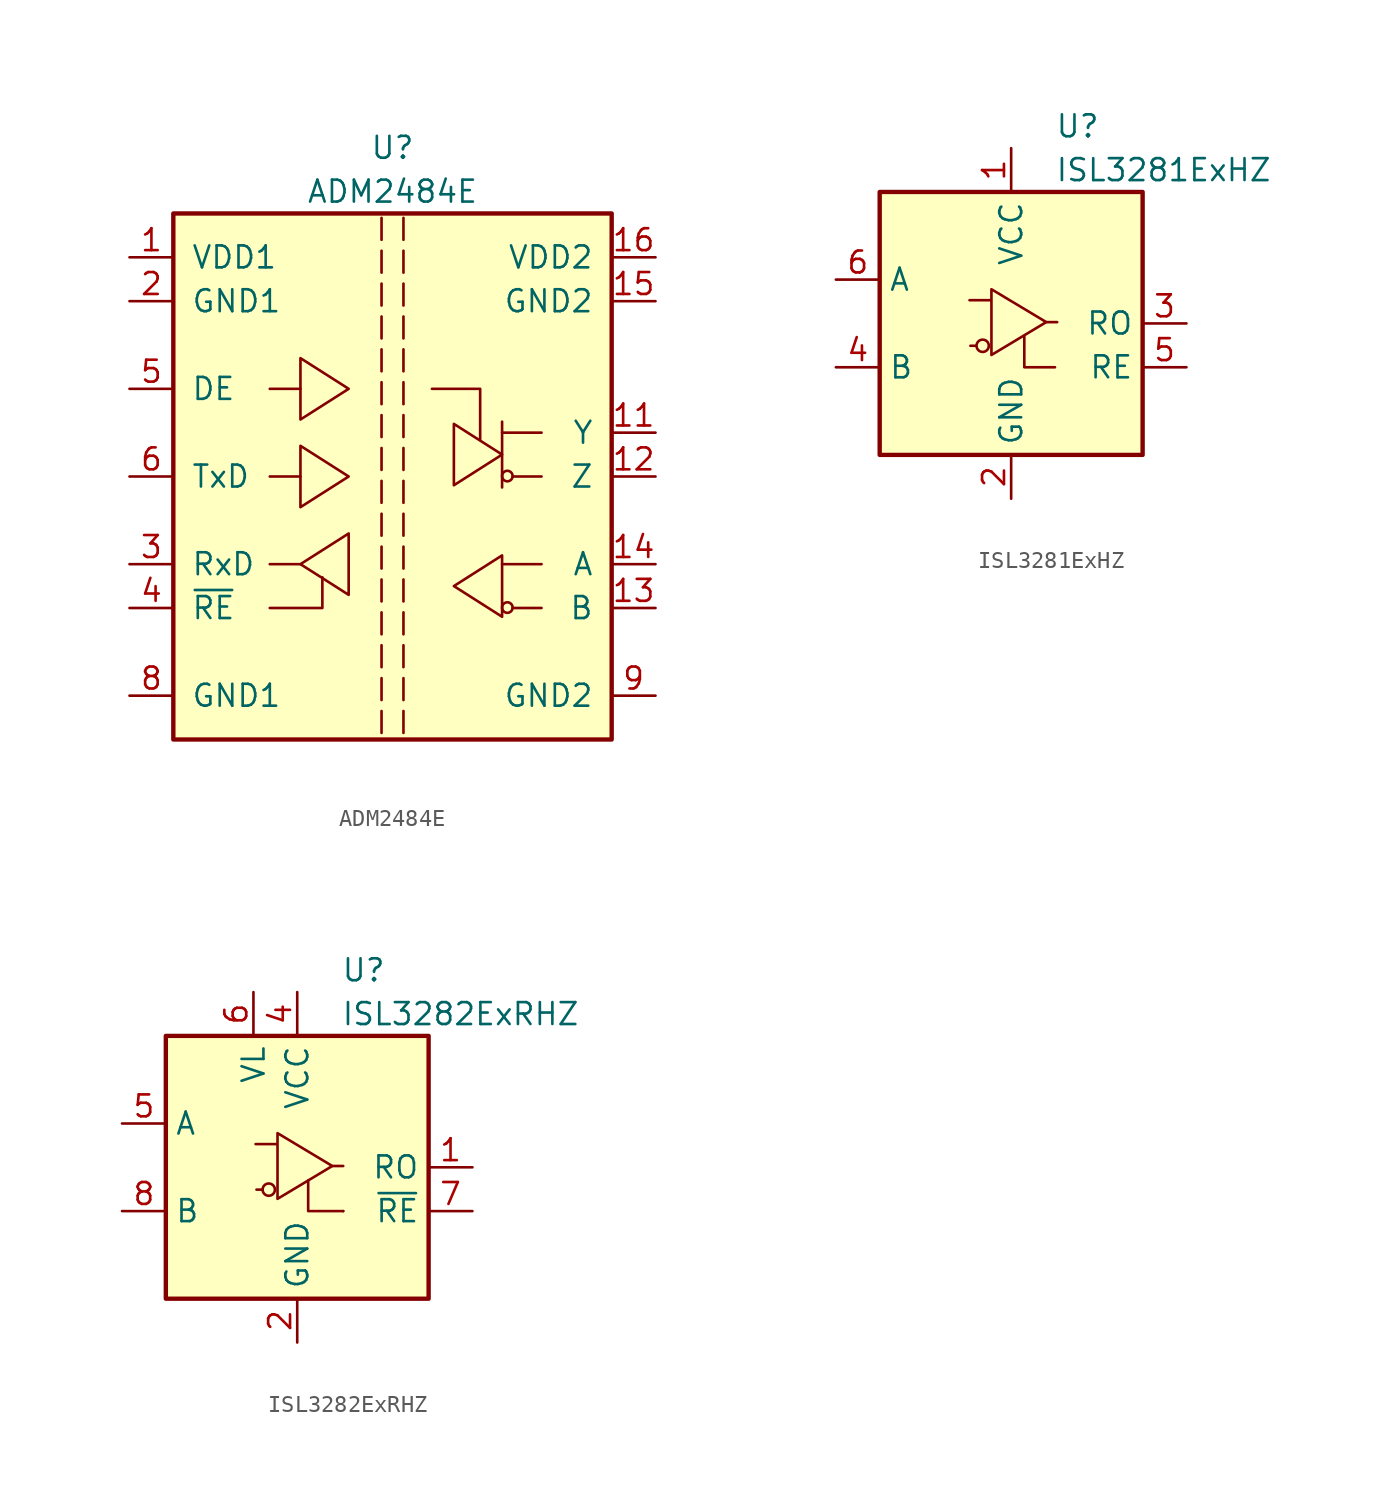
<source format=kicad_sym>
(kicad_symbol_lib
  (version 20200908)
  (generator kicad_symbol_editor)
  (symbol "Interface_UART:ADM2484E"
    (pin_names
      (offset 1.016))
    (property "Reference" "U"
      (at 0 19.05 0)
      (effects (font (size 1.27 1.27))))
    (property "Value" "ADM2484E"
      (at 0 16.51 0)
      (effects (font (size 1.27 1.27))))
    (symbol "ADM2484E_0_1"
      (circle (center 6.655 -7.595) (radius 0.305) (stroke (width 0)) (fill (type none)))
      (circle (center 6.655 0.025) (radius 0.305) (stroke (width 0)) (fill (type none)))
      (rectangle (start -12.7 15.24) (end 12.7 -15.24) (stroke (width 0.254)) (fill (type background)))
      (polyline (pts (xy -5.334 -5.08) (xy -7.112 -5.08)) (stroke (width 0)) (fill (type none)))
      (polyline (pts (xy -5.334 0) (xy -7.112 0)) (stroke (width 0)) (fill (type none)))
      (polyline (pts (xy -5.334 5.08) (xy -7.112 5.08)) (stroke (width 0)) (fill (type none)))
      (polyline (pts (xy 6.35 -5.08) (xy 8.636 -5.08)) (stroke (width 0)) (fill (type none)))
      (polyline (pts (xy 6.35 2.54) (xy 8.636 2.54)) (stroke (width 0)) (fill (type none)))
      (polyline (pts (xy 6.35 3.175) (xy 6.35 -0.635)) (stroke (width 0)) (fill (type none)))
      (polyline (pts (xy 6.96 -7.62) (xy 8.636 -7.62)) (stroke (width 0)) (fill (type none)))
      (polyline (pts (xy 6.96 0) (xy 8.636 0)) (stroke (width 0)) (fill (type none)))
      (polyline (pts (xy -7.112 -7.62) (xy -4.064 -7.62) (xy -4.064 -5.842)) (stroke (width 0)) (fill (type none)))
      (polyline (pts (xy 2.286 5.08) (xy 5.08 5.08) (xy 5.08 2.159)) (stroke (width 0)) (fill (type none)))
      (polyline (pts (xy -5.334 -5.08) (xy -2.54 -3.302) (xy -2.54 -6.858) (xy -5.334 -5.08)) (stroke (width 0)) (fill (type none)))
      (polyline (pts (xy -2.54 0) (xy -5.334 1.778) (xy -5.334 -1.778) (xy -2.54 0)) (stroke (width 0)) (fill (type none)))
      (polyline (pts (xy -2.54 5.08) (xy -5.334 6.858) (xy -5.334 3.302) (xy -2.54 5.08)) (stroke (width 0)) (fill (type none)))
      (polyline (pts (xy 3.556 -6.35) (xy 6.35 -4.572) (xy 6.35 -8.128) (xy 3.556 -6.35)) (stroke (width 0)) (fill (type none)))
      (polyline (pts (xy 6.35 1.27) (xy 3.556 3.048) (xy 3.556 -0.508) (xy 6.35 1.27)) (stroke (width 0)) (fill (type none))))
    (symbol "ADM2484E_0_0"
      (polyline (pts (xy -0.635 -13.589) (xy -0.635 -14.859)) (stroke (width 0)) (fill (type none)))
      (polyline (pts (xy -0.635 -11.684) (xy -0.635 -12.954)) (stroke (width 0)) (fill (type none)))
      (polyline (pts (xy -0.635 -9.779) (xy -0.635 -11.049)) (stroke (width 0)) (fill (type none)))
      (polyline (pts (xy -0.635 -7.874) (xy -0.635 -9.144)) (stroke (width 0)) (fill (type none)))
      (polyline (pts (xy -0.635 -5.969) (xy -0.635 -7.239)) (stroke (width 0)) (fill (type none)))
      (polyline (pts (xy -0.635 -4.064) (xy -0.635 -5.334)) (stroke (width 0)) (fill (type none)))
      (polyline (pts (xy -0.635 -2.159) (xy -0.635 -3.429)) (stroke (width 0)) (fill (type none)))
      (polyline (pts (xy -0.635 -0.254) (xy -0.635 -1.524)) (stroke (width 0)) (fill (type none)))
      (polyline (pts (xy -0.635 1.651) (xy -0.635 0.381)) (stroke (width 0)) (fill (type none)))
      (polyline (pts (xy -0.635 3.556) (xy -0.635 2.286)) (stroke (width 0)) (fill (type none)))
      (polyline (pts (xy -0.635 5.461) (xy -0.635 4.191)) (stroke (width 0)) (fill (type none)))
      (polyline (pts (xy -0.635 7.366) (xy -0.635 6.096)) (stroke (width 0)) (fill (type none)))
      (polyline (pts (xy -0.635 9.271) (xy -0.635 8.001)) (stroke (width 0)) (fill (type none)))
      (polyline (pts (xy -0.635 11.176) (xy -0.635 9.906)) (stroke (width 0)) (fill (type none)))
      (polyline (pts (xy -0.635 13.081) (xy -0.635 11.811)) (stroke (width 0)) (fill (type none)))
      (polyline (pts (xy -0.635 14.986) (xy -0.635 13.716)) (stroke (width 0)) (fill (type none)))
      (polyline (pts (xy 0.635 -13.589) (xy 0.635 -14.859)) (stroke (width 0)) (fill (type none)))
      (polyline (pts (xy 0.635 -11.684) (xy 0.635 -12.954)) (stroke (width 0)) (fill (type none)))
      (polyline (pts (xy 0.635 -9.779) (xy 0.635 -11.049)) (stroke (width 0)) (fill (type none)))
      (polyline (pts (xy 0.635 -7.874) (xy 0.635 -9.144)) (stroke (width 0)) (fill (type none)))
      (polyline (pts (xy 0.635 -5.969) (xy 0.635 -7.239)) (stroke (width 0)) (fill (type none)))
      (polyline (pts (xy 0.635 -4.064) (xy 0.635 -5.334)) (stroke (width 0)) (fill (type none)))
      (polyline (pts (xy 0.635 -2.159) (xy 0.635 -3.429)) (stroke (width 0)) (fill (type none)))
      (polyline (pts (xy 0.635 -0.254) (xy 0.635 -1.524)) (stroke (width 0)) (fill (type none)))
      (polyline (pts (xy 0.635 1.651) (xy 0.635 0.381)) (stroke (width 0)) (fill (type none)))
      (polyline (pts (xy 0.635 3.556) (xy 0.635 2.286)) (stroke (width 0)) (fill (type none)))
      (polyline (pts (xy 0.635 5.461) (xy 0.635 4.191)) (stroke (width 0)) (fill (type none)))
      (polyline (pts (xy 0.635 7.366) (xy 0.635 6.096)) (stroke (width 0)) (fill (type none)))
      (polyline (pts (xy 0.635 9.271) (xy 0.635 8.001)) (stroke (width 0)) (fill (type none)))
      (polyline (pts (xy 0.635 11.176) (xy 0.635 9.906)) (stroke (width 0)) (fill (type none)))
      (polyline (pts (xy 0.635 13.081) (xy 0.635 11.811)) (stroke (width 0)) (fill (type none)))
      (polyline (pts (xy 0.635 14.986) (xy 0.635 13.716)) (stroke (width 0)) (fill (type none))))
    (symbol "ADM2484E_1_1"
      (pin power_in line (at -15.24 12.7 0) (length 2.54) (name "VDD1" (effects (font (size 1.27 1.27)))) (number "1" (effects (font (size 1.27 1.27)))))
      (pin unconnected line (at 15.24 -10.16 180) (length 2.54) hide (name "NC" (effects (font (size 1.27 1.27)))) (number "10" (effects (font (size 1.27 1.27)))))
      (pin output line (at 15.24 2.54 180) (length 2.54) (name "Y" (effects (font (size 1.27 1.27)))) (number "11" (effects (font (size 1.27 1.27)))))
      (pin output line (at 15.24 0 180) (length 2.54) (name "Z" (effects (font (size 1.27 1.27)))) (number "12" (effects (font (size 1.27 1.27)))))
      (pin input line (at 15.24 -7.62 180) (length 2.54) (name "B" (effects (font (size 1.27 1.27)))) (number "13" (effects (font (size 1.27 1.27)))))
      (pin input line (at 15.24 -5.08 180) (length 2.54) (name "A" (effects (font (size 1.27 1.27)))) (number "14" (effects (font (size 1.27 1.27)))))
      (pin power_in line (at 15.24 10.16 180) (length 2.54) (name "GND2" (effects (font (size 1.27 1.27)))) (number "15" (effects (font (size 1.27 1.27)))))
      (pin power_in line (at 15.24 12.7 180) (length 2.54) (name "VDD2" (effects (font (size 1.27 1.27)))) (number "16" (effects (font (size 1.27 1.27)))))
      (pin power_in line (at -15.24 10.16 0) (length 2.54) (name "GND1" (effects (font (size 1.27 1.27)))) (number "2" (effects (font (size 1.27 1.27)))))
      (pin output line (at -15.24 -5.08 0) (length 2.54) (name "RxD" (effects (font (size 1.27 1.27)))) (number "3" (effects (font (size 1.27 1.27)))))
      (pin input line (at -15.24 -7.62 0) (length 2.54) (name "~RE" (effects (font (size 1.27 1.27)))) (number "4" (effects (font (size 1.27 1.27)))))
      (pin input line (at -15.24 5.08 0) (length 2.54) (name "DE" (effects (font (size 1.27 1.27)))) (number "5" (effects (font (size 1.27 1.27)))))
      (pin input line (at -15.24 0 0) (length 2.54) (name "TxD" (effects (font (size 1.27 1.27)))) (number "6" (effects (font (size 1.27 1.27)))))
      (pin unconnected line (at -15.24 -10.16 0) (length 2.54) hide (name "NC" (effects (font (size 1.27 1.27)))) (number "7" (effects (font (size 1.27 1.27)))))
      (pin power_in line (at -15.24 -12.7 0) (length 2.54) (name "GND1" (effects (font (size 1.27 1.27)))) (number "8" (effects (font (size 1.27 1.27)))))
      (pin power_in line (at 15.24 -12.7 180) (length 2.54) (name "GND2" (effects (font (size 1.27 1.27)))) (number "9" (effects (font (size 1.27 1.27)))))))
  (symbol "Interface_UART:ISL3281ExHZ"
    (property "Reference" "U"
      (at 2.54 11.43 0)
      (effects (font (size 1.27 1.27)) (justify left)))
    (property "Value" "ISL3281ExHZ"
      (at 2.54 8.89 0)
      (effects (font (size 1.27 1.27)) (justify left)))
    (symbol "ISL3281ExHZ_1_1"
      (circle (center -1.651 -1.295) (radius 0.356) (stroke (width 0)) (fill (type none)))
      (polyline (pts (xy -2.057 -1.295) (xy -2.362 -1.295)) (stroke (width 0)) (fill (type none)))
      (polyline (pts (xy 2.032 0.076) (xy 2.667 0.076)) (stroke (width 0)) (fill (type none)))
      (polyline (pts (xy -1.143 1.981) (xy -1.143 -1.829) (xy 2.032 0.076) (xy -1.143 1.981) (xy -1.143 1.346) (xy -2.413 1.346)) (stroke (width 0)) (fill (type none)))
      (pin power_in line (at 0 10.16 270) (length 2.54) (name "VCC" (effects (font (size 1.27 1.27)))) (number "1" (effects (font (size 1.27 1.27)))))
      (pin power_in line (at 0 -10.16 90) (length 2.54) (name "GND" (effects (font (size 1.27 1.27)))) (number "2" (effects (font (size 1.27 1.27)))))
      (pin output line (at 10.16 0 180) (length 2.54) (name "RO" (effects (font (size 1.27 1.27)))) (number "3" (effects (font (size 1.27 1.27)))))
      (pin input line (at -10.16 -2.54 0) (length 2.54) (name "B" (effects (font (size 1.27 1.27)))) (number "4" (effects (font (size 1.27 1.27)))))
      (pin input line (at 10.16 -2.54 180) (length 2.54) (name "RE" (effects (font (size 1.27 1.27)))) (number "5" (effects (font (size 1.27 1.27)))))
      (pin input line (at -10.16 2.54 0) (length 2.54) (name "A" (effects (font (size 1.27 1.27)))) (number "6" (effects (font (size 1.27 1.27))))))
    (symbol "ISL3281ExHZ_0_1"
      (rectangle (start 7.62 7.62) (end -7.62 -7.62) (stroke (width 0.254)) (fill (type background)))
      (polyline (pts (xy 0.762 -0.762) (xy 0.762 -2.54) (xy 2.54 -2.54)) (stroke (width 0)) (fill (type none)))))
  (symbol "Interface_UART:ISL3282ExRHZ"
    (property "Reference" "U"
      (at 2.54 11.43 0)
      (effects (font (size 1.27 1.27)) (justify left)))
    (property "Value" "ISL3282ExRHZ"
      (at 2.54 8.89 0)
      (effects (font (size 1.27 1.27)) (justify left)))
    (symbol "ISL3282ExRHZ_1_1"
      (circle (center -1.651 -1.295) (radius 0.356) (stroke (width 0)) (fill (type none)))
      (polyline (pts (xy -2.057 -1.295) (xy -2.362 -1.295)) (stroke (width 0)) (fill (type none)))
      (polyline (pts (xy 2.032 0.076) (xy 2.667 0.076)) (stroke (width 0)) (fill (type none)))
      (polyline (pts (xy -1.143 1.981) (xy -1.143 -1.829) (xy 2.032 0.076) (xy -1.143 1.981) (xy -1.143 1.346) (xy -2.413 1.346)) (stroke (width 0)) (fill (type none)))
      (pin output line (at 10.16 0 180) (length 2.54) (name "RO" (effects (font (size 1.27 1.27)))) (number "1" (effects (font (size 1.27 1.27)))))
      (pin power_in line (at 0 -10.16 90) (length 2.54) (name "GND" (effects (font (size 1.27 1.27)))) (number "2" (effects (font (size 1.27 1.27)))))
      (pin unconnected line (at -7.62 -5.08 0) (length 2.54) hide (name "NC" (effects (font (size 1.27 1.27)))) (number "3" (effects (font (size 1.27 1.27)))))
      (pin power_in line (at 0 10.16 270) (length 2.54) (name "VCC" (effects (font (size 1.27 1.27)))) (number "4" (effects (font (size 1.27 1.27)))))
      (pin input line (at -10.16 2.54 0) (length 2.54) (name "A" (effects (font (size 1.27 1.27)))) (number "5" (effects (font (size 1.27 1.27)))))
      (pin power_in line (at -2.54 10.16 270) (length 2.54) (name "VL" (effects (font (size 1.27 1.27)))) (number "6" (effects (font (size 1.27 1.27)))))
      (pin input line (at 10.16 -2.54 180) (length 2.54) (name "~RE" (effects (font (size 1.27 1.27)))) (number "7" (effects (font (size 1.27 1.27)))))
      (pin input line (at -10.16 -2.54 0) (length 2.54) (name "B" (effects (font (size 1.27 1.27)))) (number "8" (effects (font (size 1.27 1.27)))))
      (pin passive line (at 0 -10.16 90) (length 2.54) hide (name "GND" (effects (font (size 1.27 1.27)))) (number "9" (effects (font (size 1.27 1.27))))))
    (symbol "ISL3282ExRHZ_0_1"
      (rectangle (start 7.62 7.62) (end -7.62 -7.62) (stroke (width 0.254)) (fill (type background)))
      (polyline (pts (xy 2.667 -2.54) (xy 2.667 -2.54)) (stroke (width 0)) (fill (type none)))
      (polyline (pts (xy 0.635 -0.762) (xy 0.635 -2.54) (xy 2.667 -2.54)) (stroke (width 0)) (fill (type none))))))
</source>
